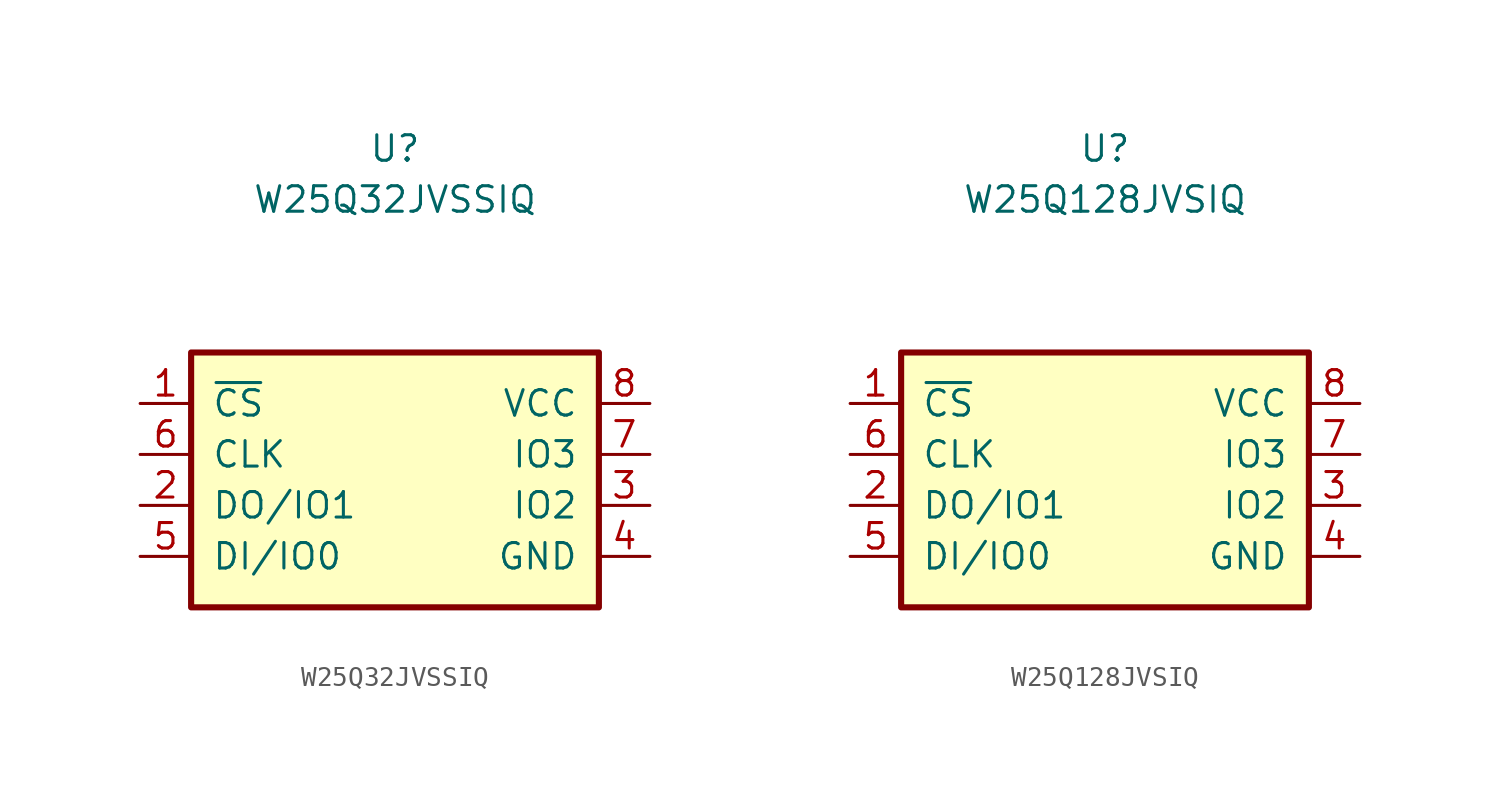
<source format=kicad_sym>
(kicad_symbol_lib
  (version 20211014)
  (generator kicad_symbol_editor)
  (symbol "W25Q32JVSSIQ"
    (pin_names
      (offset 1.016))
    (property "Reference" "U"
      (at 0 15.24 0)
      (effects (font (size 1.27 1.27))))
    (property "Value" "W25Q32JVSSIQ"
      (at 0 12.7 0)
      (effects (font (size 1.27 1.27))))
    (symbol "W25Q32JVSSIQ_0_1"
      (rectangle (start -10.16 5.08) (end 10.16 -7.62) (stroke (width 0.305) (type default) (color 0 0 0 0)) (fill (type background))))
    (symbol "W25Q32JVSSIQ_1_1"
      (pin input line (at -12.7 2.54 0) (length 2.54) (name "~{CS}" (effects (font (size 1.27 1.27)))) (number "1" (effects (font (size 1.27 1.27)))))
      (pin bidirectional line (at -12.7 -2.54 0) (length 2.54) (name "DO/IO1" (effects (font (size 1.27 1.27)))) (number "2" (effects (font (size 1.27 1.27)))))
      (pin bidirectional line (at 12.7 -2.54 180) (length 2.54) (name "IO2" (effects (font (size 1.27 1.27)))) (number "3" (effects (font (size 1.27 1.27)))))
      (pin power_in line (at 12.7 -5.08 180) (length 2.54) (name "GND" (effects (font (size 1.27 1.27)))) (number "4" (effects (font (size 1.27 1.27)))))
      (pin bidirectional line (at -12.7 -5.08 0) (length 2.54) (name "DI/IO0" (effects (font (size 1.27 1.27)))) (number "5" (effects (font (size 1.27 1.27)))))
      (pin input line (at -12.7 0 0) (length 2.54) (name "CLK" (effects (font (size 1.27 1.27)))) (number "6" (effects (font (size 1.27 1.27)))))
      (pin bidirectional line (at 12.7 0 180) (length 2.54) (name "IO3" (effects (font (size 1.27 1.27)))) (number "7" (effects (font (size 1.27 1.27)))))
      (pin power_in line (at 12.7 2.54 180) (length 2.54) (name "VCC" (effects (font (size 1.27 1.27)))) (number "8" (effects (font (size 1.27 1.27)))))))
  (symbol "W25Q128JVSIQ"
    (pin_names
      (offset 1.016))
    (property "Reference" "U"
      (at 0 15.24 0)
      (effects (font (size 1.27 1.27))))
    (property "Value" "W25Q128JVSIQ"
      (at 0 12.7 0)
      (effects (font (size 1.27 1.27))))
    (symbol "W25Q128JVSIQ_0_1"
      (rectangle (start -10.16 5.08) (end 10.16 -7.62) (stroke (width 0.305) (type default) (color 0 0 0 0)) (fill (type background))))
    (symbol "W25Q128JVSIQ_1_1"
      (pin input line (at -12.7 2.54 0) (length 2.54) (name "~{CS}" (effects (font (size 1.27 1.27)))) (number "1" (effects (font (size 1.27 1.27)))))
      (pin bidirectional line (at -12.7 -2.54 0) (length 2.54) (name "DO/IO1" (effects (font (size 1.27 1.27)))) (number "2" (effects (font (size 1.27 1.27)))))
      (pin bidirectional line (at 12.7 -2.54 180) (length 2.54) (name "IO2" (effects (font (size 1.27 1.27)))) (number "3" (effects (font (size 1.27 1.27)))))
      (pin power_in line (at 12.7 -5.08 180) (length 2.54) (name "GND" (effects (font (size 1.27 1.27)))) (number "4" (effects (font (size 1.27 1.27)))))
      (pin bidirectional line (at -12.7 -5.08 0) (length 2.54) (name "DI/IO0" (effects (font (size 1.27 1.27)))) (number "5" (effects (font (size 1.27 1.27)))))
      (pin input line (at -12.7 0 0) (length 2.54) (name "CLK" (effects (font (size 1.27 1.27)))) (number "6" (effects (font (size 1.27 1.27)))))
      (pin bidirectional line (at 12.7 0 180) (length 2.54) (name "IO3" (effects (font (size 1.27 1.27)))) (number "7" (effects (font (size 1.27 1.27)))))
      (pin power_in line (at 12.7 2.54 180) (length 2.54) (name "VCC" (effects (font (size 1.27 1.27)))) (number "8" (effects (font (size 1.27 1.27))))))))
</source>
